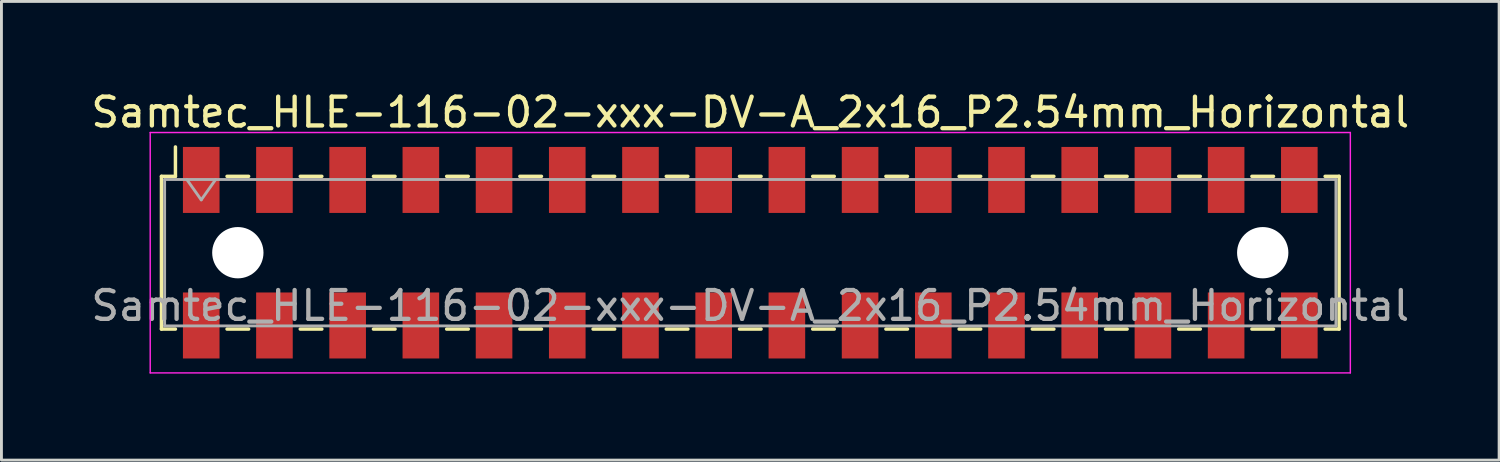
<source format=kicad_pcb>
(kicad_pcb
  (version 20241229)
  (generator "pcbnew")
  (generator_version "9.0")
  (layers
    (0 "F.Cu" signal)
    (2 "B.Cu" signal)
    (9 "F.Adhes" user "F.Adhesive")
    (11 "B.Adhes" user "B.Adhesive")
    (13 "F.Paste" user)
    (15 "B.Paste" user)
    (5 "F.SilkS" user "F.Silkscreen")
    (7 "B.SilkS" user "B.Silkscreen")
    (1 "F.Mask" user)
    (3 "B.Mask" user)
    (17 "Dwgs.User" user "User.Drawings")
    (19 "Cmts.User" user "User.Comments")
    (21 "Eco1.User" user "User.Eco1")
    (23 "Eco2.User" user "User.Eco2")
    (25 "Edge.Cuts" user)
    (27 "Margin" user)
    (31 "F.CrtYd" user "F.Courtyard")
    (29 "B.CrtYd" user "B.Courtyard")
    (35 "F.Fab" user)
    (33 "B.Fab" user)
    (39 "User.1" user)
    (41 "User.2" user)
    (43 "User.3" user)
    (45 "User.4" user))
  (footprint "Samtec_HLE-116-02-xxx-DV-A_2x16_P2.54mm_Horizontal"
    (layer "F.Cu")
    (at 22.982 5.718)
    (property "Reference" "Samtec_HLE-116-02-xxx-DV-A_2x16_P2.54mm_Horizontal" (at 0 -4.87 0) (layer "F.SilkS") (effects (font (size 1 1) (thickness 0.15))))
    (attr smd)
    (fp_line (start -20.43 -2.65) (end -20.43 2.65) (stroke (width 0.12) (type solid)) (layer "F.SilkS"))
    (fp_line (start -20.43 2.65) (end -19.945 2.65) (stroke (width 0.12) (type solid)) (layer "F.SilkS"))
    (fp_line (start -19.945 -3.67) (end -19.945 -2.65) (stroke (width 0.12) (type solid)) (layer "F.SilkS"))
    (fp_line (start -19.945 -2.65) (end -20.43 -2.65) (stroke (width 0.12) (type solid)) (layer "F.SilkS"))
    (fp_line (start -18.155 -2.65) (end -17.405 -2.65) (stroke (width 0.12) (type solid)) (layer "F.SilkS"))
    (fp_line (start -18.155 2.65) (end -17.405 2.65) (stroke (width 0.12) (type solid)) (layer "F.SilkS"))
    (fp_line (start -15.615 -2.65) (end -14.865 -2.65) (stroke (width 0.12) (type solid)) (layer "F.SilkS"))
    (fp_line (start -15.615 2.65) (end -14.865 2.65) (stroke (width 0.12) (type solid)) (layer "F.SilkS"))
    (fp_line (start -13.075 -2.65) (end -12.325 -2.65) (stroke (width 0.12) (type solid)) (layer "F.SilkS"))
    (fp_line (start -13.075 2.65) (end -12.325 2.65) (stroke (width 0.12) (type solid)) (layer "F.SilkS"))
    (fp_line (start -10.535 -2.65) (end -9.785 -2.65) (stroke (width 0.12) (type solid)) (layer "F.SilkS"))
    (fp_line (start -10.535 2.65) (end -9.785 2.65) (stroke (width 0.12) (type solid)) (layer "F.SilkS"))
    (fp_line (start -7.995 -2.65) (end -7.245 -2.65) (stroke (width 0.12) (type solid)) (layer "F.SilkS"))
    (fp_line (start -7.995 2.65) (end -7.245 2.65) (stroke (width 0.12) (type solid)) (layer "F.SilkS"))
    (fp_line (start -5.455 -2.65) (end -4.705 -2.65) (stroke (width 0.12) (type solid)) (layer "F.SilkS"))
    (fp_line (start -5.455 2.65) (end -4.705 2.65) (stroke (width 0.12) (type solid)) (layer "F.SilkS"))
    (fp_line (start -2.915 -2.65) (end -2.165 -2.65) (stroke (width 0.12) (type solid)) (layer "F.SilkS"))
    (fp_line (start -2.915 2.65) (end -2.165 2.65) (stroke (width 0.12) (type solid)) (layer "F.SilkS"))
    (fp_line (start -0.375 -2.65) (end 0.375 -2.65) (stroke (width 0.12) (type solid)) (layer "F.SilkS"))
    (fp_line (start -0.375 2.65) (end 0.375 2.65) (stroke (width 0.12) (type solid)) (layer "F.SilkS"))
    (fp_line (start 2.165 -2.65) (end 2.915 -2.65) (stroke (width 0.12) (type solid)) (layer "F.SilkS"))
    (fp_line (start 2.165 2.65) (end 2.915 2.65) (stroke (width 0.12) (type solid)) (layer "F.SilkS"))
    (fp_line (start 4.705 -2.65) (end 5.455 -2.65) (stroke (width 0.12) (type solid)) (layer "F.SilkS"))
    (fp_line (start 4.705 2.65) (end 5.455 2.65) (stroke (width 0.12) (type solid)) (layer "F.SilkS"))
    (fp_line (start 7.245 -2.65) (end 7.995 -2.65) (stroke (width 0.12) (type solid)) (layer "F.SilkS"))
    (fp_line (start 7.245 2.65) (end 7.995 2.65) (stroke (width 0.12) (type solid)) (layer "F.SilkS"))
    (fp_line (start 9.785 -2.65) (end 10.535 -2.65) (stroke (width 0.12) (type solid)) (layer "F.SilkS"))
    (fp_line (start 9.785 2.65) (end 10.535 2.65) (stroke (width 0.12) (type solid)) (layer "F.SilkS"))
    (fp_line (start 12.325 -2.65) (end 13.075 -2.65) (stroke (width 0.12) (type solid)) (layer "F.SilkS"))
    (fp_line (start 12.325 2.65) (end 13.075 2.65) (stroke (width 0.12) (type solid)) (layer "F.SilkS"))
    (fp_line (start 14.865 -2.65) (end 15.615 -2.65) (stroke (width 0.12) (type solid)) (layer "F.SilkS"))
    (fp_line (start 14.865 2.65) (end 15.615 2.65) (stroke (width 0.12) (type solid)) (layer "F.SilkS"))
    (fp_line (start 17.405 -2.65) (end 18.155 -2.65) (stroke (width 0.12) (type solid)) (layer "F.SilkS"))
    (fp_line (start 17.405 2.65) (end 18.155 2.65) (stroke (width 0.12) (type solid)) (layer "F.SilkS"))
    (fp_line (start 19.945 -2.65) (end 20.43 -2.65) (stroke (width 0.12) (type solid)) (layer "F.SilkS"))
    (fp_line (start 20.43 -2.65) (end 20.43 2.65) (stroke (width 0.12) (type solid)) (layer "F.SilkS"))
    (fp_line (start 20.43 2.65) (end 19.945 2.65) (stroke (width 0.12) (type solid)) (layer "F.SilkS"))
    (fp_line (start -20.82 -4.17) (end 20.82 -4.17) (stroke (width 0.05) (type solid)) (layer "F.CrtYd"))
    (fp_line (start -20.82 4.17) (end -20.82 -4.17) (stroke (width 0.05) (type solid)) (layer "F.CrtYd"))
    (fp_line (start 20.82 -4.17) (end 20.82 4.17) (stroke (width 0.05) (type solid)) (layer "F.CrtYd"))
    (fp_line (start 20.82 4.17) (end -20.82 4.17) (stroke (width 0.05) (type solid)) (layer "F.CrtYd"))
    (fp_line (start -20.32 -2.54) (end 20.32 -2.54) (stroke (width 0.1) (type solid)) (layer "F.Fab"))
    (fp_line (start -20.32 2.54) (end -20.32 -2.54) (stroke (width 0.1) (type solid)) (layer "F.Fab"))
    (fp_line (start -19.55 -2.54) (end -19.05 -1.833) (stroke (width 0.1) (type solid)) (layer "F.Fab"))
    (fp_line (start -19.05 -1.833) (end -18.55 -2.54) (stroke (width 0.1) (type solid)) (layer "F.Fab"))
    (fp_line (start 20.32 -2.54) (end 20.32 2.54) (stroke (width 0.1) (type solid)) (layer "F.Fab"))
    (fp_line (start 20.32 2.54) (end -20.32 2.54) (stroke (width 0.1) (type solid)) (layer "F.Fab"))
    (fp_text user "${REFERENCE}" (at 0 1.84 0) (layer "F.Fab") (effects (font (size 1 1) (thickness 0.15))))
    (pad "" np_thru_hole circle (at -17.78 0) (size 1.78 1.78) (drill 1.78) (layers "*.Cu" "*.Mask"))
    (pad "" np_thru_hole circle (at 17.78 0) (size 1.78 1.78) (drill 1.78) (layers "*.Cu" "*.Mask"))
    (pad "1" smd rect (at -19.05 -2.525) (size 1.27 2.29) (layers "F.Cu" "F.Mask" "F.Paste"))
    (pad "2" smd rect (at -19.05 2.525) (size 1.27 2.29) (layers "F.Cu" "F.Mask" "F.Paste"))
    (pad "3" smd rect (at -16.51 -2.525) (size 1.27 2.29) (layers "F.Cu" "F.Mask" "F.Paste"))
    (pad "4" smd rect (at -16.51 2.525) (size 1.27 2.29) (layers "F.Cu" "F.Mask" "F.Paste"))
    (pad "5" smd rect (at -13.97 -2.525) (size 1.27 2.29) (layers "F.Cu" "F.Mask" "F.Paste"))
    (pad "6" smd rect (at -13.97 2.525) (size 1.27 2.29) (layers "F.Cu" "F.Mask" "F.Paste"))
    (pad "7" smd rect (at -11.43 -2.525) (size 1.27 2.29) (layers "F.Cu" "F.Mask" "F.Paste"))
    (pad "8" smd rect (at -11.43 2.525) (size 1.27 2.29) (layers "F.Cu" "F.Mask" "F.Paste"))
    (pad "9" smd rect (at -8.89 -2.525) (size 1.27 2.29) (layers "F.Cu" "F.Mask" "F.Paste"))
    (pad "10" smd rect (at -8.89 2.525) (size 1.27 2.29) (layers "F.Cu" "F.Mask" "F.Paste"))
    (pad "11" smd rect (at -6.35 -2.525) (size 1.27 2.29) (layers "F.Cu" "F.Mask" "F.Paste"))
    (pad "12" smd rect (at -6.35 2.525) (size 1.27 2.29) (layers "F.Cu" "F.Mask" "F.Paste"))
    (pad "13" smd rect (at -3.81 -2.525) (size 1.27 2.29) (layers "F.Cu" "F.Mask" "F.Paste"))
    (pad "14" smd rect (at -3.81 2.525) (size 1.27 2.29) (layers "F.Cu" "F.Mask" "F.Paste"))
    (pad "15" smd rect (at -1.27 -2.525) (size 1.27 2.29) (layers "F.Cu" "F.Mask" "F.Paste"))
    (pad "16" smd rect (at -1.27 2.525) (size 1.27 2.29) (layers "F.Cu" "F.Mask" "F.Paste"))
    (pad "17" smd rect (at 1.27 -2.525) (size 1.27 2.29) (layers "F.Cu" "F.Mask" "F.Paste"))
    (pad "18" smd rect (at 1.27 2.525) (size 1.27 2.29) (layers "F.Cu" "F.Mask" "F.Paste"))
    (pad "19" smd rect (at 3.81 -2.525) (size 1.27 2.29) (layers "F.Cu" "F.Mask" "F.Paste"))
    (pad "20" smd rect (at 3.81 2.525) (size 1.27 2.29) (layers "F.Cu" "F.Mask" "F.Paste"))
    (pad "21" smd rect (at 6.35 -2.525) (size 1.27 2.29) (layers "F.Cu" "F.Mask" "F.Paste"))
    (pad "22" smd rect (at 6.35 2.525) (size 1.27 2.29) (layers "F.Cu" "F.Mask" "F.Paste"))
    (pad "23" smd rect (at 8.89 -2.525) (size 1.27 2.29) (layers "F.Cu" "F.Mask" "F.Paste"))
    (pad "24" smd rect (at 8.89 2.525) (size 1.27 2.29) (layers "F.Cu" "F.Mask" "F.Paste"))
    (pad "25" smd rect (at 11.43 -2.525) (size 1.27 2.29) (layers "F.Cu" "F.Mask" "F.Paste"))
    (pad "26" smd rect (at 11.43 2.525) (size 1.27 2.29) (layers "F.Cu" "F.Mask" "F.Paste"))
    (pad "27" smd rect (at 13.97 -2.525) (size 1.27 2.29) (layers "F.Cu" "F.Mask" "F.Paste"))
    (pad "28" smd rect (at 13.97 2.525) (size 1.27 2.29) (layers "F.Cu" "F.Mask" "F.Paste"))
    (pad "29" smd rect (at 16.51 -2.525) (size 1.27 2.29) (layers "F.Cu" "F.Mask" "F.Paste"))
    (pad "30" smd rect (at 16.51 2.525) (size 1.27 2.29) (layers "F.Cu" "F.Mask" "F.Paste"))
    (pad "31" smd rect (at 19.05 -2.525) (size 1.27 2.29) (layers "F.Cu" "F.Mask" "F.Paste"))
    (pad "32" smd rect (at 19.05 2.525) (size 1.27 2.29) (layers "F.Cu" "F.Mask" "F.Paste")))
  (gr_rect
    (start -3 -3)
    (end 48.964 12.913)
    (stroke (width 0.1) (type default))
    (fill no)
    (layer "Edge.Cuts")))
</source>
